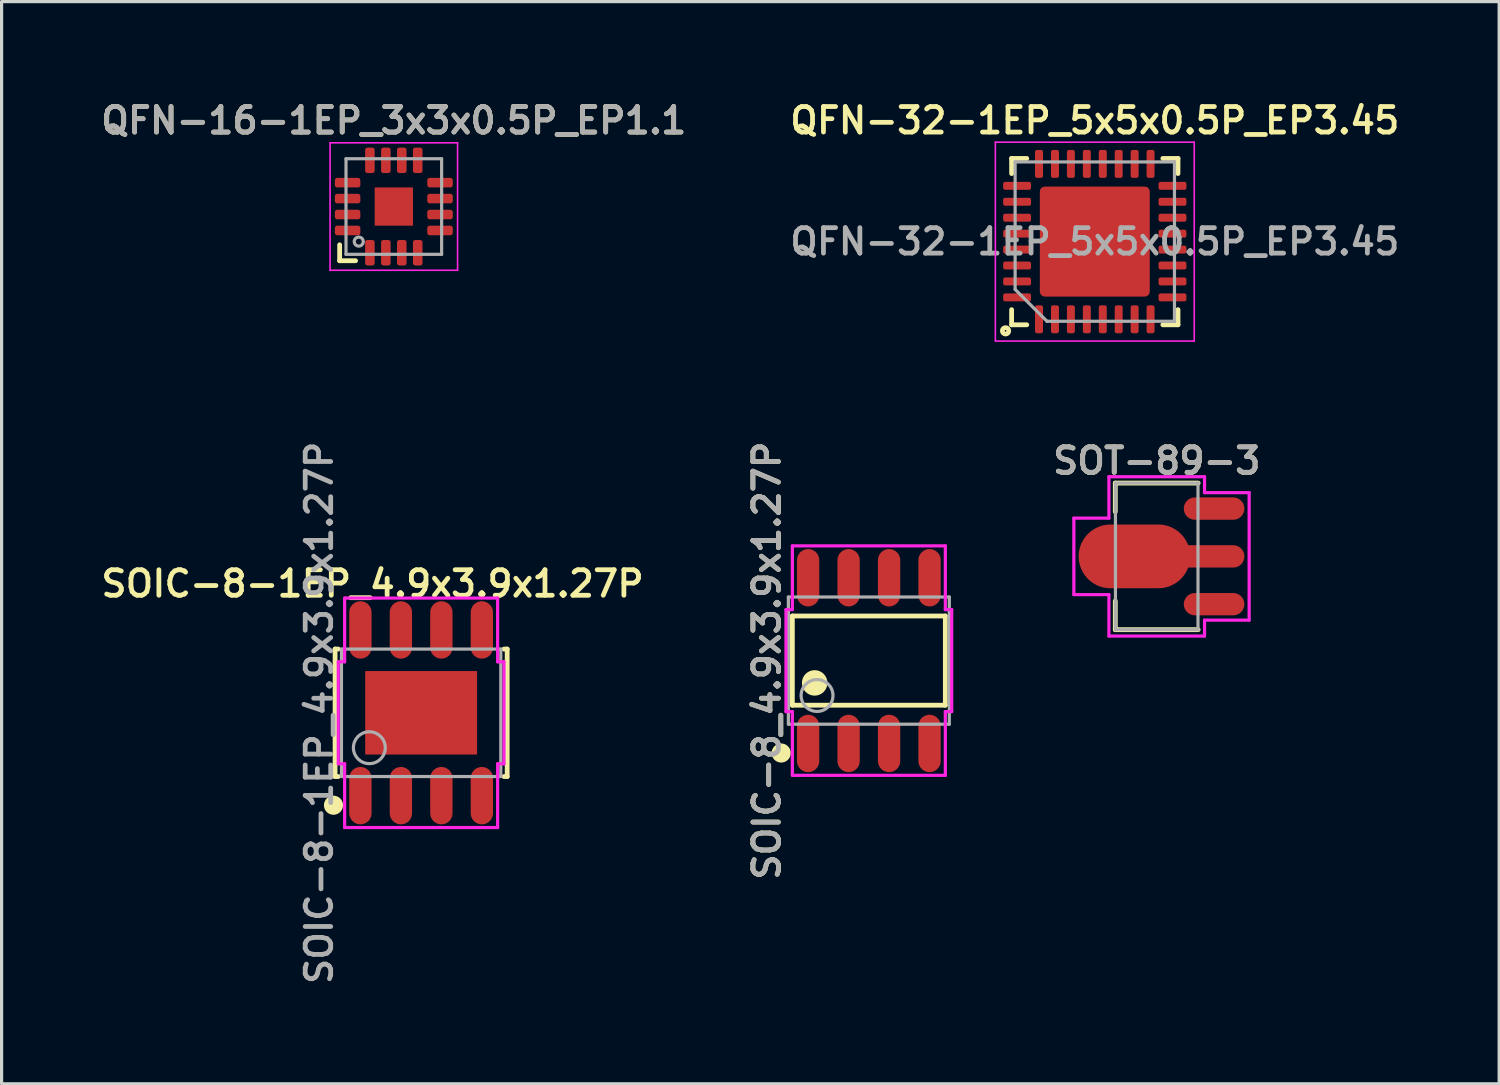
<source format=kicad_pcb>
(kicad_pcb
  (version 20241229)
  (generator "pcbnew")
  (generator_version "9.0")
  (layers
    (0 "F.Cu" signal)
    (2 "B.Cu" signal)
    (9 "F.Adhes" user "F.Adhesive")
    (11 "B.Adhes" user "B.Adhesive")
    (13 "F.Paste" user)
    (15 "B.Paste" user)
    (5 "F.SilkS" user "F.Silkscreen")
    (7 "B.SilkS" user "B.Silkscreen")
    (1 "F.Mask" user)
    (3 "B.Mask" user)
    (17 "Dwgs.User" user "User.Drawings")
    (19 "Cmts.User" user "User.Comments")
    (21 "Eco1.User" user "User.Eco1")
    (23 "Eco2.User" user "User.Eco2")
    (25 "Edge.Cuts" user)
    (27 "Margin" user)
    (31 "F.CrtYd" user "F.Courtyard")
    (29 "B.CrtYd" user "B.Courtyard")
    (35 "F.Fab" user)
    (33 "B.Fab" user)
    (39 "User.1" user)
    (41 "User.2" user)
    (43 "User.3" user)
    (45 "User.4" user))
  (footprint "SOIC-8-1EP_4.9x3.9x1.27P"
    (layer "F.Cu")
    (at 10.164 19.316)
    (property "Reference" "SOIC-8-1EP_4.9x3.9x1.27P" (at -1.524 -4.051 0) (layer "F.SilkS") (effects (font (size 0.8 0.8) (thickness 0.15))))
    (attr smd)
    (fp_line (start -2.7 -2) (end -2.7 2) (stroke (width 0.15) (type solid)) (layer "F.SilkS"))
    (fp_line (start -2.7 2) (end -2.6 2) (stroke (width 0.15) (type solid)) (layer "F.SilkS"))
    (fp_line (start -2.6 -2) (end -2.7 -2) (stroke (width 0.15) (type solid)) (layer "F.SilkS"))
    (fp_line (start 2.6 2) (end 2.7 2) (stroke (width 0.15) (type solid)) (layer "F.SilkS"))
    (fp_line (start 2.7 -2) (end 2.6 -2) (stroke (width 0.15) (type solid)) (layer "F.SilkS"))
    (fp_line (start 2.7 2) (end 2.7 -2) (stroke (width 0.15) (type solid)) (layer "F.SilkS"))
    (fp_circle (center -2.75 2.9) (end -2.6 2.9) (stroke (width 0.3) (type solid)) (fill no) (layer "F.SilkS"))
    (fp_line (start -2.6 -1.6) (end -2.6 1.6) (stroke (width 0.1) (type solid)) (layer "F.CrtYd"))
    (fp_line (start -2.6 1.6) (end -2.4 1.6) (stroke (width 0.1) (type solid)) (layer "F.CrtYd"))
    (fp_line (start -2.4 -3.6) (end -2.4 -1.6) (stroke (width 0.1) (type solid)) (layer "F.CrtYd"))
    (fp_line (start -2.4 -1.6) (end -2.6 -1.6) (stroke (width 0.1) (type solid)) (layer "F.CrtYd"))
    (fp_line (start -2.4 1.6) (end -2.4 3.6) (stroke (width 0.1) (type solid)) (layer "F.CrtYd"))
    (fp_line (start -2.4 3.6) (end 2.4 3.6) (stroke (width 0.1) (type solid)) (layer "F.CrtYd"))
    (fp_line (start 2.4 -3.6) (end -2.4 -3.6) (stroke (width 0.1) (type solid)) (layer "F.CrtYd"))
    (fp_line (start 2.4 -1.6) (end 2.4 -3.6) (stroke (width 0.1) (type solid)) (layer "F.CrtYd"))
    (fp_line (start 2.4 1.6) (end 2.6 1.6) (stroke (width 0.1) (type solid)) (layer "F.CrtYd"))
    (fp_line (start 2.4 3.6) (end 2.4 1.6) (stroke (width 0.1) (type solid)) (layer "F.CrtYd"))
    (fp_line (start 2.6 -1.6) (end 2.4 -1.6) (stroke (width 0.1) (type solid)) (layer "F.CrtYd"))
    (fp_line (start 2.6 1.6) (end 2.6 -1.6) (stroke (width 0.1) (type solid)) (layer "F.CrtYd"))
    (fp_line (start -2.5 -2) (end 2.5 -2) (stroke (width 0.1) (type solid)) (layer "F.Fab"))
    (fp_line (start -2.5 2) (end -2.5 -2) (stroke (width 0.1) (type solid)) (layer "F.Fab"))
    (fp_line (start 2.5 2) (end -2.5 2) (stroke (width 0.1) (type solid)) (layer "F.Fab"))
    (fp_line (start 2.5 2) (end 2.5 -2) (stroke (width 0.1) (type solid)) (layer "F.Fab"))
    (fp_circle (center -1.625 1.095) (end -1.125 1.095) (stroke (width 0.1) (type solid)) (fill no) (layer "F.Fab"))
    (fp_text user "${REFERENCE}" (at -3.2 0 90) (layer "F.Fab") (effects (font (size 0.8 0.8) (thickness 0.15))))
    (pad "1" smd oval (at -1.905 2.6 180) (size 0.7 1.8) (layers "F.Cu" "F.Mask" "F.Paste"))
    (pad "2" smd oval (at -0.635 2.6 180) (size 0.7 1.8) (layers "F.Cu" "F.Mask" "F.Paste"))
    (pad "3" smd oval (at 0.635 2.6 180) (size 0.7 1.8) (layers "F.Cu" "F.Mask" "F.Paste"))
    (pad "4" smd oval (at 1.905 2.6 180) (size 0.7 1.8) (layers "F.Cu" "F.Mask" "F.Paste"))
    (pad "5" smd oval (at 1.905 -2.6 180) (size 0.7 1.8) (layers "F.Cu" "F.Mask" "F.Paste"))
    (pad "6" smd oval (at 0.635 -2.6 180) (size 0.7 1.8) (layers "F.Cu" "F.Mask" "F.Paste"))
    (pad "7" smd oval (at -0.635 -2.6 180) (size 0.7 1.8) (layers "F.Cu" "F.Mask" "F.Paste"))
    (pad "8" smd oval (at -1.905 -2.6 180) (size 0.7 1.8) (layers "F.Cu" "F.Mask" "F.Paste"))
    (pad "9" smd rect (at 0 0 180) (size 3.51 2.62) (layers "F.Cu" "F.Mask" "F.Paste")))
  (footprint "QFN-16-1EP_3x3x0.5P_EP1.1"
    (layer "F.Cu")
    (at 9.307 3.431)
    (property "Reference" "QFN-16-1EP_3x3x0.5P_EP1.1" (at 0 -2.7 0) (layer "F.SilkS") (effects (font (size 0.8 0.8) (thickness 0.15))))
    (attr smd)
    (fp_line (start -1.7 1.2) (end -1.7 1.7) (stroke (width 0.15) (type solid)) (layer "F.SilkS"))
    (fp_line (start -1.7 1.7) (end -1.2 1.7) (stroke (width 0.15) (type solid)) (layer "F.SilkS"))
    (fp_line (start -2 -2) (end 2 -2) (stroke (width 0.05) (type solid)) (layer "F.CrtYd"))
    (fp_line (start -2 2) (end -2 -2) (stroke (width 0.05) (type solid)) (layer "F.CrtYd"))
    (fp_line (start 2 -2) (end 2 2) (stroke (width 0.05) (type solid)) (layer "F.CrtYd"))
    (fp_line (start 2 2) (end -2 2) (stroke (width 0.05) (type solid)) (layer "F.CrtYd"))
    (fp_line (start -1.5 -1.5) (end 1.5 -1.5) (stroke (width 0.1) (type solid)) (layer "F.Fab"))
    (fp_line (start -1.5 1.5) (end -1.5 -1.5) (stroke (width 0.1) (type solid)) (layer "F.Fab"))
    (fp_line (start 1.5 -1.5) (end 1.5 1.5) (stroke (width 0.1) (type solid)) (layer "F.Fab"))
    (fp_line (start 1.5 1.5) (end -1.5 1.5) (stroke (width 0.1) (type solid)) (layer "F.Fab"))
    (fp_circle (center -1.1 1.1) (end -1.2 1) (stroke (width 0.1) (type solid)) (fill no) (layer "F.Fab"))
    (fp_text user "${REFERENCE}" (at 0 -2.7 0) (layer "F.Fab") (effects (font (size 0.8 0.8) (thickness 0.15))))
    (pad "1" smd roundrect (at -0.75 1.45 180) (size 0.3 0.8) (layers "F.Cu" "F.Mask" "F.Paste") (roundrect_rratio 0.25))
    (pad "2" smd roundrect (at -0.25 1.45 180) (size 0.3 0.8) (layers "F.Cu" "F.Mask" "F.Paste") (roundrect_rratio 0.25))
    (pad "3" smd roundrect (at 0.25 1.45 180) (size 0.3 0.8) (layers "F.Cu" "F.Mask" "F.Paste") (roundrect_rratio 0.25))
    (pad "4" smd roundrect (at 0.75 1.45 180) (size 0.3 0.8) (layers "F.Cu" "F.Mask" "F.Paste") (roundrect_rratio 0.25))
    (pad "5" smd roundrect (at 1.45 0.75 90) (size 0.3 0.8) (layers "F.Cu" "F.Mask" "F.Paste") (roundrect_rratio 0.25))
    (pad "6" smd roundrect (at 1.45 0.25 90) (size 0.3 0.8) (layers "F.Cu" "F.Mask" "F.Paste") (roundrect_rratio 0.25))
    (pad "7" smd roundrect (at 1.45 -0.25 90) (size 0.3 0.8) (layers "F.Cu" "F.Mask" "F.Paste") (roundrect_rratio 0.25))
    (pad "8" smd roundrect (at 1.45 -0.75 90) (size 0.3 0.8) (layers "F.Cu" "F.Mask" "F.Paste") (roundrect_rratio 0.25))
    (pad "9" smd roundrect (at 0.75 -1.45 180) (size 0.3 0.8) (layers "F.Cu" "F.Mask" "F.Paste") (roundrect_rratio 0.25))
    (pad "10" smd roundrect (at 0.25 -1.45 180) (size 0.3 0.8) (layers "F.Cu" "F.Mask" "F.Paste") (roundrect_rratio 0.25))
    (pad "11" smd roundrect (at -0.25 -1.45 180) (size 0.3 0.8) (layers "F.Cu" "F.Mask" "F.Paste") (roundrect_rratio 0.25))
    (pad "12" smd roundrect (at -0.75 -1.45 180) (size 0.3 0.8) (layers "F.Cu" "F.Mask" "F.Paste") (roundrect_rratio 0.25))
    (pad "13" smd roundrect (at -1.45 -0.75 90) (size 0.3 0.8) (layers "F.Cu" "F.Mask" "F.Paste") (roundrect_rratio 0.25))
    (pad "14" smd roundrect (at -1.45 -0.25 90) (size 0.3 0.8) (layers "F.Cu" "F.Mask" "F.Paste") (roundrect_rratio 0.25))
    (pad "15" smd roundrect (at -1.45 0.25 90) (size 0.3 0.8) (layers "F.Cu" "F.Mask" "F.Paste") (roundrect_rratio 0.25))
    (pad "16" smd roundrect (at -1.45 0.75 90) (size 0.3 0.8) (layers "F.Cu" "F.Mask" "F.Paste") (roundrect_rratio 0.25))
    (pad "17" smd rect (at 0 0 90) (size 1.2 1.2) (layers "F.Cu" "F.Mask" "F.Paste")))
  (footprint "SOT-89-3"
    (layer "F.Cu")
    (at 33.245 14.408)
    (property "Reference" "SOT-89-3" (at 0 -3 0) (layer "F.SilkS") (effects (font (size 0.8 0.8) (thickness 0.15))))
    (attr smd)
    (fp_line (start -1.3 -2.3) (end 1.3 -2.3) (stroke (width 0.15) (type solid)) (layer "F.SilkS"))
    (fp_line (start -1.3 -1.4) (end -1.3 -2.3) (stroke (width 0.15) (type solid)) (layer "F.SilkS"))
    (fp_line (start -1.3 2.3) (end -1.3 1.4) (stroke (width 0.15) (type solid)) (layer "F.SilkS"))
    (fp_line (start -1.3 2.3) (end 1.3 2.3) (stroke (width 0.15) (type solid)) (layer "F.SilkS"))
    (fp_line (start -2.6 -1.2) (end -1.5 -1.2) (stroke (width 0.1) (type solid)) (layer "F.CrtYd"))
    (fp_line (start -2.6 1.2) (end -2.6 -1.2) (stroke (width 0.1) (type solid)) (layer "F.CrtYd"))
    (fp_line (start -1.5 -2.5) (end 1.5 -2.5) (stroke (width 0.1) (type solid)) (layer "F.CrtYd"))
    (fp_line (start -1.5 -1.2) (end -1.5 -2.5) (stroke (width 0.1) (type solid)) (layer "F.CrtYd"))
    (fp_line (start -1.5 1.2) (end -2.6 1.2) (stroke (width 0.1) (type solid)) (layer "F.CrtYd"))
    (fp_line (start -1.5 2.5) (end -1.5 1.2) (stroke (width 0.1) (type solid)) (layer "F.CrtYd"))
    (fp_line (start 1.5 -2.5) (end 1.5 -2) (stroke (width 0.1) (type solid)) (layer "F.CrtYd"))
    (fp_line (start 1.5 -2) (end 2.9 -2) (stroke (width 0.1) (type solid)) (layer "F.CrtYd"))
    (fp_line (start 1.5 2) (end 1.5 2.5) (stroke (width 0.1) (type solid)) (layer "F.CrtYd"))
    (fp_line (start 1.5 2.5) (end -1.5 2.5) (stroke (width 0.1) (type solid)) (layer "F.CrtYd"))
    (fp_line (start 2.9 -2) (end 2.9 2) (stroke (width 0.1) (type solid)) (layer "F.CrtYd"))
    (fp_line (start 2.9 2) (end 1.5 2) (stroke (width 0.1) (type solid)) (layer "F.CrtYd"))
    (fp_line (start -1.295 -2.3) (end 1.295 -2.3) (stroke (width 0.1) (type solid)) (layer "F.Fab"))
    (fp_line (start -1.295 2.3) (end -1.295 -2.3) (stroke (width 0.1) (type solid)) (layer "F.Fab"))
    (fp_line (start -1.295 2.3) (end 1.295 2.3) (stroke (width 0.1) (type solid)) (layer "F.Fab"))
    (fp_line (start 1.295 2.3) (end 1.295 -2.3) (stroke (width 0.1) (type solid)) (layer "F.Fab"))
    (fp_text user "${REFERENCE}" (at 0 -3 0) (layer "F.Fab") (effects (font (size 0.8 0.8) (thickness 0.15))))
    (pad "1" smd oval (at 1.8 1.5 270) (size 0.7 1.9) (layers "F.Cu" "F.Mask" "F.Paste"))
    (pad "2" smd oval (at -0.7 0 270) (size 2 3.5) (layers "F.Cu" "F.Mask" "F.Paste"))
    (pad "2" smd oval (at 1.7 0 270) (size 0.7 2.1) (layers "F.Cu" "F.Mask" "F.Paste"))
    (pad "3" smd oval (at 1.8 -1.5 270) (size 0.7 1.9) (layers "F.Cu" "F.Mask" "F.Paste")))
  (footprint "QFN-32-1EP_5x5x0.5P_EP3.45"
    (layer "F.Cu")
    (at 31.302 4.531)
    (property "Reference" "QFN-32-1EP_5x5x0.5P_EP3.45" (at 0 -3.8 180) (layer "F.SilkS") (effects (font (size 0.8 0.8) (thickness 0.15))))
    (attr smd)
    (fp_line (start -2.61 -2.61) (end -2.135 -2.61) (stroke (width 0.15) (type solid)) (layer "F.SilkS"))
    (fp_line (start -2.61 -2.135) (end -2.61 -2.61) (stroke (width 0.15) (type solid)) (layer "F.SilkS"))
    (fp_line (start -2.61 2.135) (end -2.61 2.61) (stroke (width 0.15) (type solid)) (layer "F.SilkS"))
    (fp_line (start -2.61 2.61) (end -2.135 2.61) (stroke (width 0.15) (type solid)) (layer "F.SilkS"))
    (fp_line (start 2.61 -2.61) (end 2.135 -2.61) (stroke (width 0.15) (type solid)) (layer "F.SilkS"))
    (fp_line (start 2.61 -2.135) (end 2.61 -2.61) (stroke (width 0.15) (type solid)) (layer "F.SilkS"))
    (fp_line (start 2.61 2.135) (end 2.61 2.61) (stroke (width 0.15) (type solid)) (layer "F.SilkS"))
    (fp_line (start 2.61 2.61) (end 2.135 2.61) (stroke (width 0.15) (type solid)) (layer "F.SilkS"))
    (fp_circle (center -2.8 2.8) (end -2.8 2.7) (stroke (width 0.15) (type solid)) (fill no) (layer "F.SilkS"))
    (fp_line (start -3.12 -3.12) (end -3.12 3.12) (stroke (width 0.05) (type solid)) (layer "F.CrtYd"))
    (fp_line (start -3.12 3.12) (end 3.12 3.12) (stroke (width 0.05) (type solid)) (layer "F.CrtYd"))
    (fp_line (start 3.12 -3.12) (end -3.12 -3.12) (stroke (width 0.05) (type solid)) (layer "F.CrtYd"))
    (fp_line (start 3.12 3.12) (end 3.12 -3.12) (stroke (width 0.05) (type solid)) (layer "F.CrtYd"))
    (fp_line (start -2.5 -2.5) (end 2.5 -2.5) (stroke (width 0.1) (type solid)) (layer "F.Fab"))
    (fp_line (start -2.5 1.5) (end -2.5 -2.5) (stroke (width 0.1) (type solid)) (layer "F.Fab"))
    (fp_line (start -1.5 2.5) (end -2.5 1.5) (stroke (width 0.1) (type solid)) (layer "F.Fab"))
    (fp_line (start 2.5 -2.5) (end 2.5 2.5) (stroke (width 0.1) (type solid)) (layer "F.Fab"))
    (fp_line (start 2.5 2.5) (end -1.5 2.5) (stroke (width 0.1) (type solid)) (layer "F.Fab"))
    (fp_text user "${REFERENCE}" (at 0 0 180) (layer "F.Fab") (effects (font (size 0.8 0.8) (thickness 0.15))))
    (pad "" smd roundrect (at -1.15 -1.15 90) (size 0.93 0.93) (layers "F.Paste") (roundrect_rratio 0.25))
    (pad "" smd roundrect (at -1.15 0 90) (size 0.93 0.93) (layers "F.Paste") (roundrect_rratio 0.25))
    (pad "" smd roundrect (at -1.15 1.15 90) (size 0.93 0.93) (layers "F.Paste") (roundrect_rratio 0.25))
    (pad "" smd roundrect (at 0 -1.15 90) (size 0.93 0.93) (layers "F.Paste") (roundrect_rratio 0.25))
    (pad "" smd roundrect (at 0 0 90) (size 0.93 0.93) (layers "F.Paste") (roundrect_rratio 0.25))
    (pad "" smd roundrect (at 0 1.15 90) (size 0.93 0.93) (layers "F.Paste") (roundrect_rratio 0.25))
    (pad "" smd roundrect (at 1.15 -1.15 90) (size 0.93 0.93) (layers "F.Paste") (roundrect_rratio 0.25))
    (pad "" smd roundrect (at 1.15 0 90) (size 0.93 0.93) (layers "F.Paste") (roundrect_rratio 0.25))
    (pad "" smd roundrect (at 1.15 1.15 90) (size 0.93 0.93) (layers "F.Paste") (roundrect_rratio 0.25))
    (pad "1" smd roundrect (at -1.75 2.438 90) (size 0.875 0.25) (layers "F.Cu" "F.Mask" "F.Paste") (roundrect_rratio 0.25))
    (pad "2" smd roundrect (at -1.25 2.438 90) (size 0.875 0.25) (layers "F.Cu" "F.Mask" "F.Paste") (roundrect_rratio 0.25))
    (pad "3" smd roundrect (at -0.75 2.438 90) (size 0.875 0.25) (layers "F.Cu" "F.Mask" "F.Paste") (roundrect_rratio 0.25))
    (pad "4" smd roundrect (at -0.25 2.438 90) (size 0.875 0.25) (layers "F.Cu" "F.Mask" "F.Paste") (roundrect_rratio 0.25))
    (pad "5" smd roundrect (at 0.25 2.438 90) (size 0.875 0.25) (layers "F.Cu" "F.Mask" "F.Paste") (roundrect_rratio 0.25))
    (pad "6" smd roundrect (at 0.75 2.438 90) (size 0.875 0.25) (layers "F.Cu" "F.Mask" "F.Paste") (roundrect_rratio 0.25))
    (pad "7" smd roundrect (at 1.25 2.438 90) (size 0.875 0.25) (layers "F.Cu" "F.Mask" "F.Paste") (roundrect_rratio 0.25))
    (pad "8" smd roundrect (at 1.75 2.438 90) (size 0.875 0.25) (layers "F.Cu" "F.Mask" "F.Paste") (roundrect_rratio 0.25))
    (pad "9" smd roundrect (at 2.438 1.75 90) (size 0.25 0.875) (layers "F.Cu" "F.Mask" "F.Paste") (roundrect_rratio 0.25))
    (pad "10" smd roundrect (at 2.438 1.25 90) (size 0.25 0.875) (layers "F.Cu" "F.Mask" "F.Paste") (roundrect_rratio 0.25))
    (pad "11" smd roundrect (at 2.438 0.75 90) (size 0.25 0.875) (layers "F.Cu" "F.Mask" "F.Paste") (roundrect_rratio 0.25))
    (pad "12" smd roundrect (at 2.438 0.25 90) (size 0.25 0.875) (layers "F.Cu" "F.Mask" "F.Paste") (roundrect_rratio 0.25))
    (pad "13" smd roundrect (at 2.438 -0.25 90) (size 0.25 0.875) (layers "F.Cu" "F.Mask" "F.Paste") (roundrect_rratio 0.25))
    (pad "14" smd roundrect (at 2.438 -0.75 90) (size 0.25 0.875) (layers "F.Cu" "F.Mask" "F.Paste") (roundrect_rratio 0.25))
    (pad "15" smd roundrect (at 2.438 -1.25 90) (size 0.25 0.875) (layers "F.Cu" "F.Mask" "F.Paste") (roundrect_rratio 0.25))
    (pad "16" smd roundrect (at 2.438 -1.75 90) (size 0.25 0.875) (layers "F.Cu" "F.Mask" "F.Paste") (roundrect_rratio 0.25))
    (pad "17" smd roundrect (at 1.75 -2.438 90) (size 0.875 0.25) (layers "F.Cu" "F.Mask" "F.Paste") (roundrect_rratio 0.25))
    (pad "18" smd roundrect (at 1.25 -2.438 90) (size 0.875 0.25) (layers "F.Cu" "F.Mask" "F.Paste") (roundrect_rratio 0.25))
    (pad "19" smd roundrect (at 0.75 -2.438 90) (size 0.875 0.25) (layers "F.Cu" "F.Mask" "F.Paste") (roundrect_rratio 0.25))
    (pad "20" smd roundrect (at 0.25 -2.438 90) (size 0.875 0.25) (layers "F.Cu" "F.Mask" "F.Paste") (roundrect_rratio 0.25))
    (pad "21" smd roundrect (at -0.25 -2.438 90) (size 0.875 0.25) (layers "F.Cu" "F.Mask" "F.Paste") (roundrect_rratio 0.25))
    (pad "22" smd roundrect (at -0.75 -2.438 90) (size 0.875 0.25) (layers "F.Cu" "F.Mask" "F.Paste") (roundrect_rratio 0.25))
    (pad "23" smd roundrect (at -1.25 -2.438 90) (size 0.875 0.25) (layers "F.Cu" "F.Mask" "F.Paste") (roundrect_rratio 0.25))
    (pad "24" smd roundrect (at -1.75 -2.438 90) (size 0.875 0.25) (layers "F.Cu" "F.Mask" "F.Paste") (roundrect_rratio 0.25))
    (pad "25" smd roundrect (at -2.438 -1.75 90) (size 0.25 0.875) (layers "F.Cu" "F.Mask" "F.Paste") (roundrect_rratio 0.25))
    (pad "26" smd roundrect (at -2.438 -1.25 90) (size 0.25 0.875) (layers "F.Cu" "F.Mask" "F.Paste") (roundrect_rratio 0.25))
    (pad "27" smd roundrect (at -2.438 -0.75 90) (size 0.25 0.875) (layers "F.Cu" "F.Mask" "F.Paste") (roundrect_rratio 0.25))
    (pad "28" smd roundrect (at -2.438 -0.25 90) (size 0.25 0.875) (layers "F.Cu" "F.Mask" "F.Paste") (roundrect_rratio 0.25))
    (pad "29" smd roundrect (at -2.438 0.25 90) (size 0.25 0.875) (layers "F.Cu" "F.Mask" "F.Paste") (roundrect_rratio 0.25))
    (pad "30" smd roundrect (at -2.438 0.75 90) (size 0.25 0.875) (layers "F.Cu" "F.Mask" "F.Paste") (roundrect_rratio 0.25))
    (pad "31" smd roundrect (at -2.438 1.25 90) (size 0.25 0.875) (layers "F.Cu" "F.Mask" "F.Paste") (roundrect_rratio 0.25))
    (pad "32" smd roundrect (at -2.438 1.75 90) (size 0.25 0.875) (layers "F.Cu" "F.Mask" "F.Paste") (roundrect_rratio 0.25))
    (pad "33" smd roundrect (at 0 0 90) (size 3.45 3.45) (layers "F.Cu" "F.Mask") (roundrect_rratio 0.045)))
  (footprint "SOIC-8_4.9x3.9x1.27P"
    (layer "F.Cu")
    (at 24.212 17.678)
    (property "Reference" "SOIC-8_4.9x3.9x1.27P" (at -3.2 0 90) (layer "F.SilkS") (effects (font (size 0.8 0.8) (thickness 0.15))))
    (attr smd)
    (fp_line (start -2.4 -1.4) (end 2.4 -1.4) (stroke (width 0.15) (type solid)) (layer "F.SilkS"))
    (fp_line (start -2.4 1.4) (end -2.4 -1.4) (stroke (width 0.15) (type solid)) (layer "F.SilkS"))
    (fp_line (start -2.4 1.4) (end 2.4 1.4) (stroke (width 0.15) (type solid)) (layer "F.SilkS"))
    (fp_line (start 2.4 1.4) (end 2.4 -1.4) (stroke (width 0.15) (type solid)) (layer "F.SilkS"))
    (fp_circle (center -2.75 2.9) (end -2.6 2.9) (stroke (width 0.3) (type solid)) (fill no) (layer "F.SilkS"))
    (fp_circle (center -1.7 0.7) (end -1.5 0.7) (stroke (width 0.4) (type solid)) (fill no) (layer "F.SilkS"))
    (fp_line (start -2.6 -1.6) (end -2.6 1.6) (stroke (width 0.1) (type solid)) (layer "F.CrtYd"))
    (fp_line (start -2.6 1.6) (end -2.4 1.6) (stroke (width 0.1) (type solid)) (layer "F.CrtYd"))
    (fp_line (start -2.4 -3.6) (end -2.4 -1.6) (stroke (width 0.1) (type solid)) (layer "F.CrtYd"))
    (fp_line (start -2.4 -1.6) (end -2.6 -1.6) (stroke (width 0.1) (type solid)) (layer "F.CrtYd"))
    (fp_line (start -2.4 1.6) (end -2.4 3.6) (stroke (width 0.1) (type solid)) (layer "F.CrtYd"))
    (fp_line (start -2.4 3.6) (end 2.4 3.6) (stroke (width 0.1) (type solid)) (layer "F.CrtYd"))
    (fp_line (start 2.4 -3.6) (end -2.4 -3.6) (stroke (width 0.1) (type solid)) (layer "F.CrtYd"))
    (fp_line (start 2.4 -1.6) (end 2.4 -3.6) (stroke (width 0.1) (type solid)) (layer "F.CrtYd"))
    (fp_line (start 2.4 1.6) (end 2.6 1.6) (stroke (width 0.1) (type solid)) (layer "F.CrtYd"))
    (fp_line (start 2.4 3.6) (end 2.4 1.6) (stroke (width 0.1) (type solid)) (layer "F.CrtYd"))
    (fp_line (start 2.6 -1.6) (end 2.4 -1.6) (stroke (width 0.1) (type solid)) (layer "F.CrtYd"))
    (fp_line (start 2.6 1.6) (end 2.6 -1.6) (stroke (width 0.1) (type solid)) (layer "F.CrtYd"))
    (fp_line (start -2.525 -1.995) (end 2.525 -1.995) (stroke (width 0.1) (type solid)) (layer "F.Fab"))
    (fp_line (start -2.525 1.995) (end -2.525 -1.995) (stroke (width 0.1) (type solid)) (layer "F.Fab"))
    (fp_line (start -2.525 1.995) (end 2.525 1.995) (stroke (width 0.1) (type solid)) (layer "F.Fab"))
    (fp_line (start 2.525 1.995) (end 2.525 -1.995) (stroke (width 0.1) (type solid)) (layer "F.Fab"))
    (fp_circle (center -1.625 1.095) (end -1.125 1.095) (stroke (width 0.1) (type solid)) (fill no) (layer "F.Fab"))
    (fp_text user "${REFERENCE}" (at -3.2 0 90) (layer "F.Fab") (effects (font (size 0.8 0.8) (thickness 0.15))))
    (pad "1" smd oval (at -1.905 2.6 180) (size 0.7 1.8) (layers "F.Cu" "F.Mask" "F.Paste"))
    (pad "2" smd oval (at -0.635 2.6 180) (size 0.7 1.8) (layers "F.Cu" "F.Mask" "F.Paste"))
    (pad "3" smd oval (at 0.635 2.6 180) (size 0.7 1.8) (layers "F.Cu" "F.Mask" "F.Paste"))
    (pad "4" smd oval (at 1.905 2.6 180) (size 0.7 1.8) (layers "F.Cu" "F.Mask" "F.Paste"))
    (pad "5" smd oval (at 1.905 -2.6 180) (size 0.7 1.8) (layers "F.Cu" "F.Mask" "F.Paste"))
    (pad "6" smd oval (at 0.635 -2.6 180) (size 0.7 1.8) (layers "F.Cu" "F.Mask" "F.Paste"))
    (pad "7" smd oval (at -0.635 -2.6 180) (size 0.7 1.8) (layers "F.Cu" "F.Mask" "F.Paste"))
    (pad "8" smd oval (at -1.905 -2.6 180) (size 0.7 1.8) (layers "F.Cu" "F.Mask" "F.Paste")))
  (gr_rect
    (start -3 -3)
    (end 43.99 30.957)
    (stroke (width 0.1) (type default))
    (fill no)
    (layer "Edge.Cuts")))
</source>
